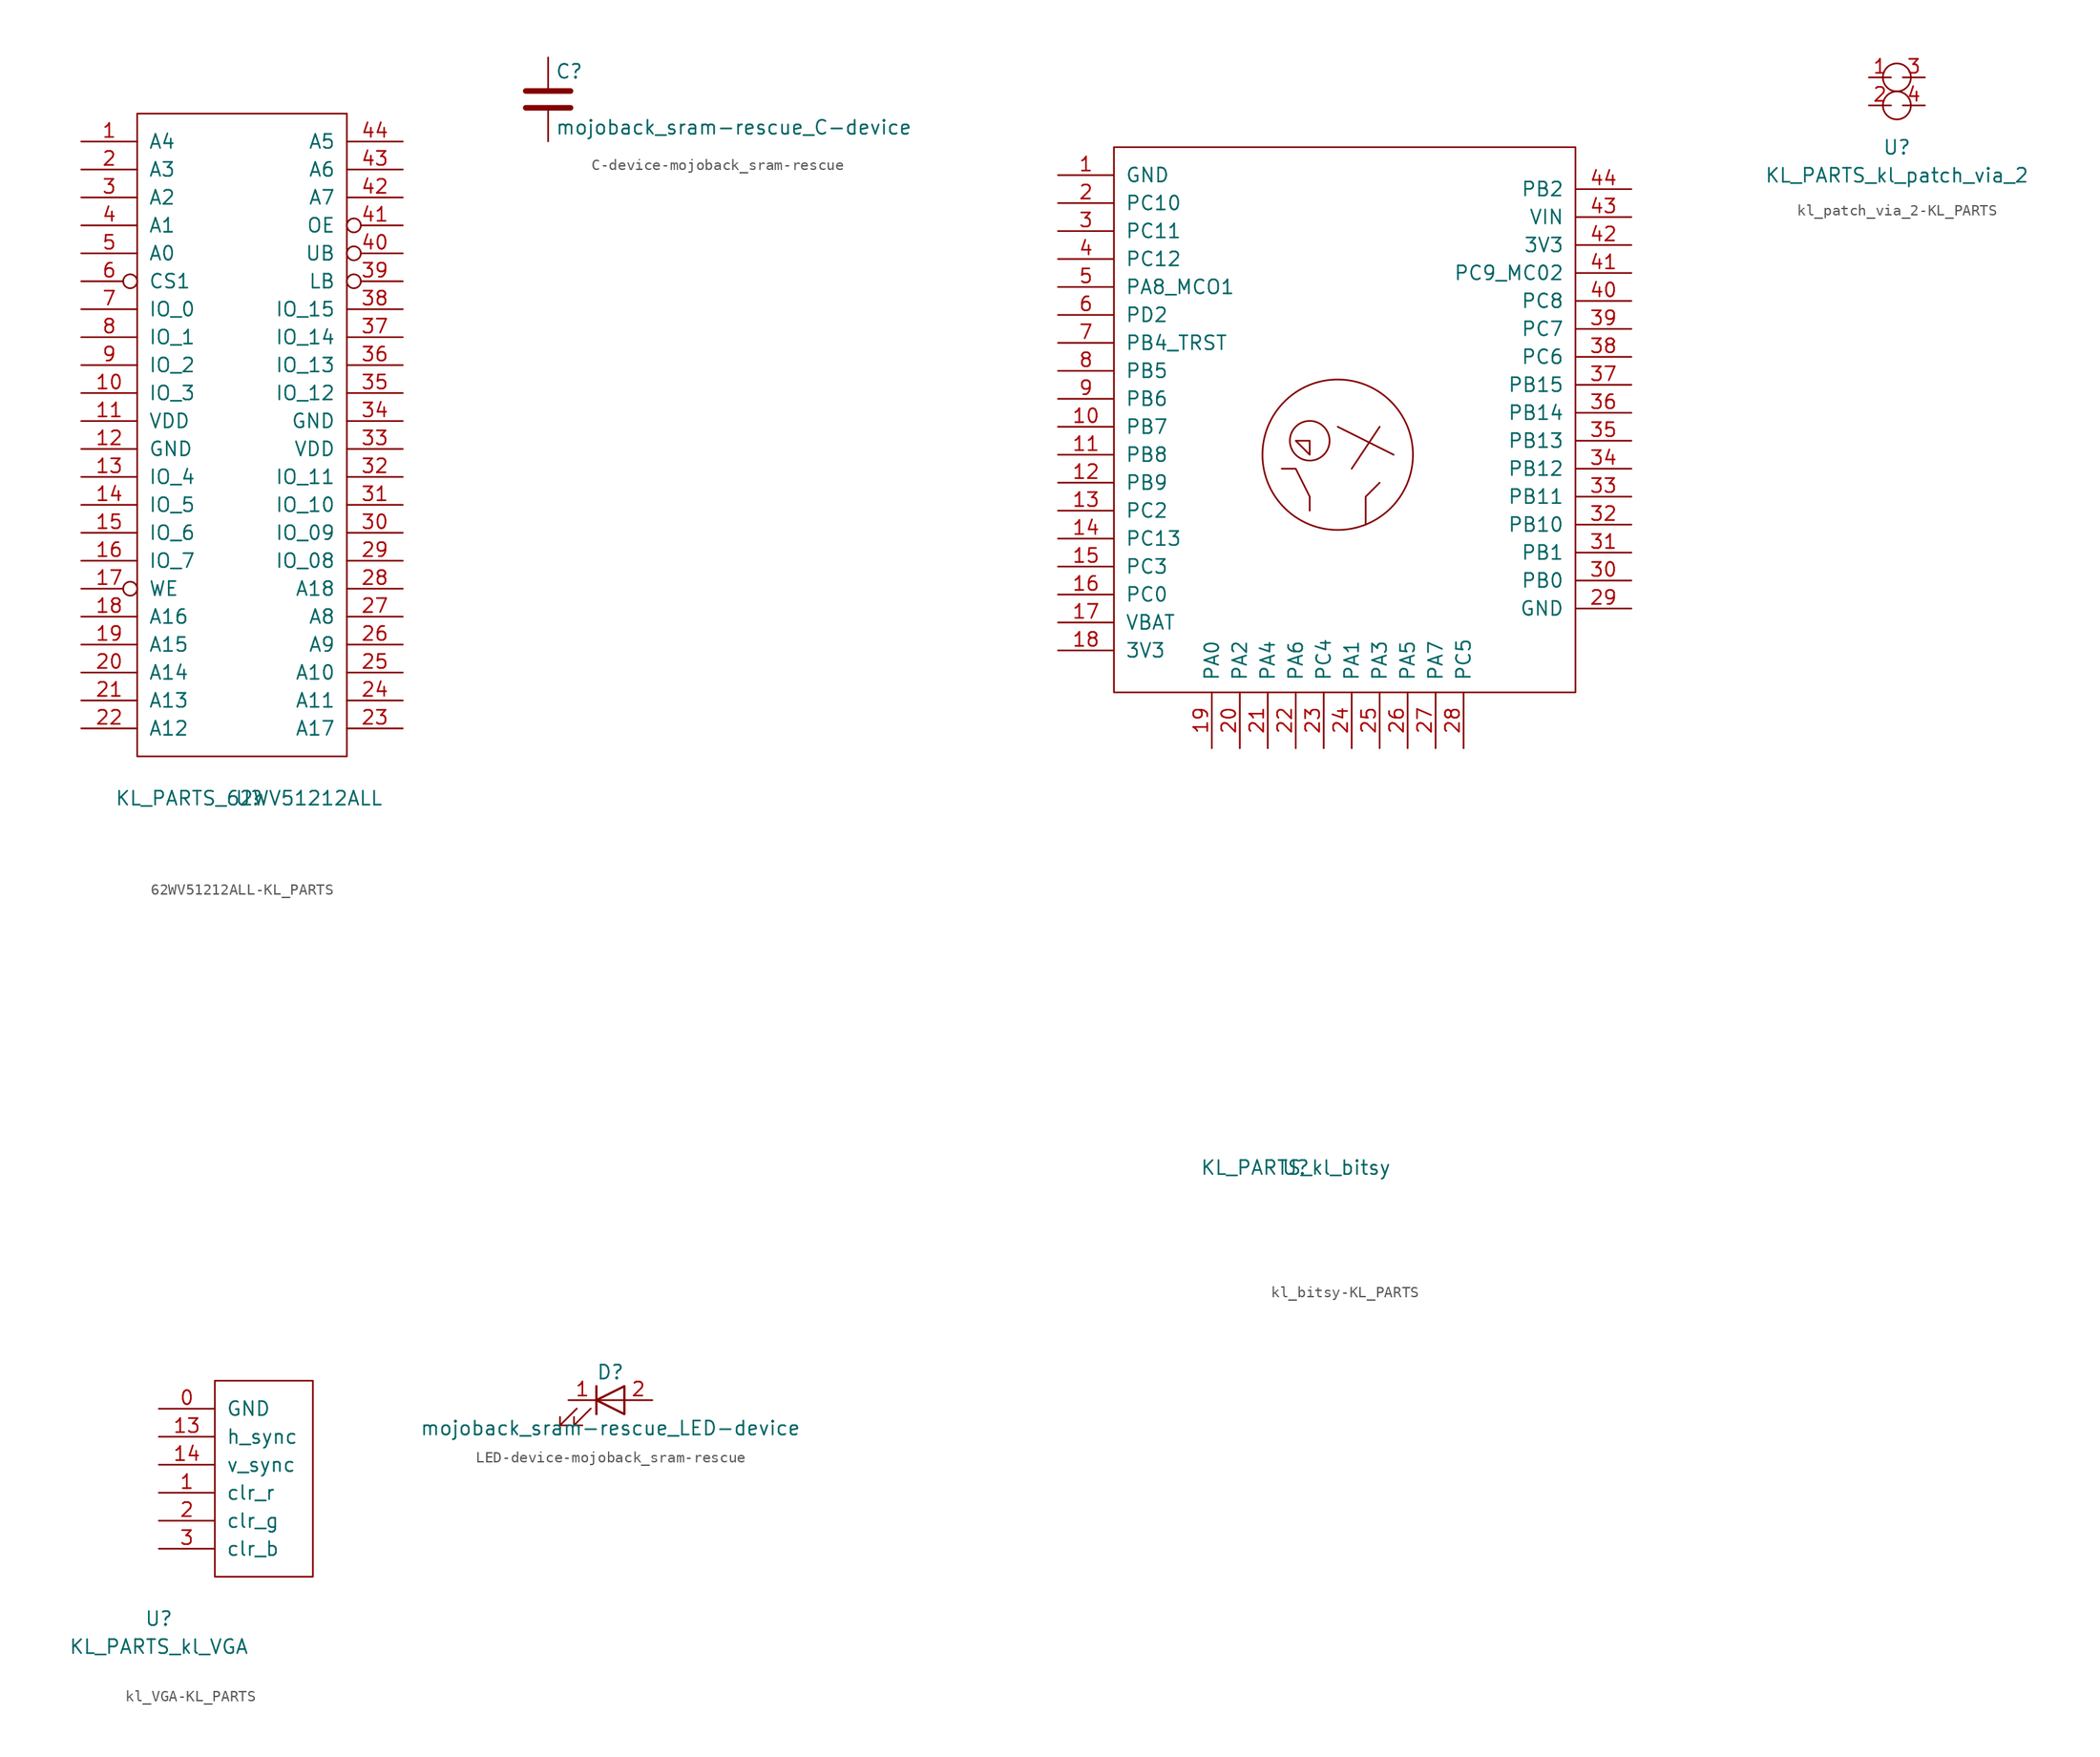
<source format=kicad_sym>
(kicad_symbol_lib
  (version 20231120)
  (generator "kicad_symbol_editor")
  (generator_version "8.0")
  (symbol "62WV51212ALL-KL_PARTS"
    (pin_names
      (offset 1.016))
    (property "Reference" "U"
      (at 0 0 0)
      (effects (font (size 1.27 1.27))))
    (property "Value" "KL_PARTS_62WV51212ALL"
      (at 0 0 0)
      (effects (font (size 1.27 1.27))))
    (symbol "62WV51212ALL-KL_PARTS_0_1"
      (rectangle (start -10.16 62.23) (end 8.89 3.81) (stroke (width 0) (type solid)) (fill (type none))))
    (symbol "62WV51212ALL-KL_PARTS_1_1"
      (pin input line (at -15.24 59.69 0) (length 5.08) (name "A4" (effects (font (size 1.27 1.27)))) (number "1" (effects (font (size 1.27 1.27)))))
      (pin bidirectional line (at -15.24 36.83 0) (length 5.08) (name "IO_3" (effects (font (size 1.27 1.27)))) (number "10" (effects (font (size 1.27 1.27)))))
      (pin power_in line (at -15.24 34.29 0) (length 5.08) (name "VDD" (effects (font (size 1.27 1.27)))) (number "11" (effects (font (size 1.27 1.27)))))
      (pin power_in line (at -15.24 31.75 0) (length 5.08) (name "GND" (effects (font (size 1.27 1.27)))) (number "12" (effects (font (size 1.27 1.27)))))
      (pin bidirectional line (at -15.24 29.21 0) (length 5.08) (name "IO_4" (effects (font (size 1.27 1.27)))) (number "13" (effects (font (size 1.27 1.27)))))
      (pin bidirectional line (at -15.24 26.67 0) (length 5.08) (name "IO_5" (effects (font (size 1.27 1.27)))) (number "14" (effects (font (size 1.27 1.27)))))
      (pin bidirectional line (at -15.24 24.13 0) (length 5.08) (name "IO_6" (effects (font (size 1.27 1.27)))) (number "15" (effects (font (size 1.27 1.27)))))
      (pin bidirectional line (at -15.24 21.59 0) (length 5.08) (name "IO_7" (effects (font (size 1.27 1.27)))) (number "16" (effects (font (size 1.27 1.27)))))
      (pin input inverted (at -15.24 19.05 0) (length 5.08) (name "WE" (effects (font (size 1.27 1.27)))) (number "17" (effects (font (size 1.27 1.27)))))
      (pin input line (at -15.24 16.51 0) (length 5.08) (name "A16" (effects (font (size 1.27 1.27)))) (number "18" (effects (font (size 1.27 1.27)))))
      (pin input line (at -15.24 13.97 0) (length 5.08) (name "A15" (effects (font (size 1.27 1.27)))) (number "19" (effects (font (size 1.27 1.27)))))
      (pin input line (at -15.24 57.15 0) (length 5.08) (name "A3" (effects (font (size 1.27 1.27)))) (number "2" (effects (font (size 1.27 1.27)))))
      (pin input line (at -15.24 11.43 0) (length 5.08) (name "A14" (effects (font (size 1.27 1.27)))) (number "20" (effects (font (size 1.27 1.27)))))
      (pin input line (at -15.24 8.89 0) (length 5.08) (name "A13" (effects (font (size 1.27 1.27)))) (number "21" (effects (font (size 1.27 1.27)))))
      (pin input line (at -15.24 6.35 0) (length 5.08) (name "A12" (effects (font (size 1.27 1.27)))) (number "22" (effects (font (size 1.27 1.27)))))
      (pin input line (at 13.97 6.35 180) (length 5.08) (name "A17" (effects (font (size 1.27 1.27)))) (number "23" (effects (font (size 1.27 1.27)))))
      (pin input line (at 13.97 8.89 180) (length 5.08) (name "A11" (effects (font (size 1.27 1.27)))) (number "24" (effects (font (size 1.27 1.27)))))
      (pin input line (at 13.97 11.43 180) (length 5.08) (name "A10" (effects (font (size 1.27 1.27)))) (number "25" (effects (font (size 1.27 1.27)))))
      (pin input line (at 13.97 13.97 180) (length 5.08) (name "A9" (effects (font (size 1.27 1.27)))) (number "26" (effects (font (size 1.27 1.27)))))
      (pin input line (at 13.97 16.51 180) (length 5.08) (name "A8" (effects (font (size 1.27 1.27)))) (number "27" (effects (font (size 1.27 1.27)))))
      (pin input line (at 13.97 19.05 180) (length 5.08) (name "A18" (effects (font (size 1.27 1.27)))) (number "28" (effects (font (size 1.27 1.27)))))
      (pin bidirectional line (at 13.97 21.59 180) (length 5.08) (name "IO_08" (effects (font (size 1.27 1.27)))) (number "29" (effects (font (size 1.27 1.27)))))
      (pin input line (at -15.24 54.61 0) (length 5.08) (name "A2" (effects (font (size 1.27 1.27)))) (number "3" (effects (font (size 1.27 1.27)))))
      (pin bidirectional line (at 13.97 24.13 180) (length 5.08) (name "IO_09" (effects (font (size 1.27 1.27)))) (number "30" (effects (font (size 1.27 1.27)))))
      (pin bidirectional line (at 13.97 26.67 180) (length 5.08) (name "IO_10" (effects (font (size 1.27 1.27)))) (number "31" (effects (font (size 1.27 1.27)))))
      (pin bidirectional line (at 13.97 29.21 180) (length 5.08) (name "IO_11" (effects (font (size 1.27 1.27)))) (number "32" (effects (font (size 1.27 1.27)))))
      (pin power_in line (at 13.97 31.75 180) (length 5.08) (name "VDD" (effects (font (size 1.27 1.27)))) (number "33" (effects (font (size 1.27 1.27)))))
      (pin power_in line (at 13.97 34.29 180) (length 5.08) (name "GND" (effects (font (size 1.27 1.27)))) (number "34" (effects (font (size 1.27 1.27)))))
      (pin bidirectional line (at 13.97 36.83 180) (length 5.08) (name "IO_12" (effects (font (size 1.27 1.27)))) (number "35" (effects (font (size 1.27 1.27)))))
      (pin bidirectional line (at 13.97 39.37 180) (length 5.08) (name "IO_13" (effects (font (size 1.27 1.27)))) (number "36" (effects (font (size 1.27 1.27)))))
      (pin bidirectional line (at 13.97 41.91 180) (length 5.08) (name "IO_14" (effects (font (size 1.27 1.27)))) (number "37" (effects (font (size 1.27 1.27)))))
      (pin bidirectional line (at 13.97 44.45 180) (length 5.08) (name "IO_15" (effects (font (size 1.27 1.27)))) (number "38" (effects (font (size 1.27 1.27)))))
      (pin input inverted (at 13.97 46.99 180) (length 5.08) (name "LB" (effects (font (size 1.27 1.27)))) (number "39" (effects (font (size 1.27 1.27)))))
      (pin input line (at -15.24 52.07 0) (length 5.08) (name "A1" (effects (font (size 1.27 1.27)))) (number "4" (effects (font (size 1.27 1.27)))))
      (pin input inverted (at 13.97 49.53 180) (length 5.08) (name "UB" (effects (font (size 1.27 1.27)))) (number "40" (effects (font (size 1.27 1.27)))))
      (pin input inverted (at 13.97 52.07 180) (length 5.08) (name "OE" (effects (font (size 1.27 1.27)))) (number "41" (effects (font (size 1.27 1.27)))))
      (pin input line (at 13.97 54.61 180) (length 5.08) (name "A7" (effects (font (size 1.27 1.27)))) (number "42" (effects (font (size 1.27 1.27)))))
      (pin input line (at 13.97 57.15 180) (length 5.08) (name "A6" (effects (font (size 1.27 1.27)))) (number "43" (effects (font (size 1.27 1.27)))))
      (pin input line (at 13.97 59.69 180) (length 5.08) (name "A5" (effects (font (size 1.27 1.27)))) (number "44" (effects (font (size 1.27 1.27)))))
      (pin input line (at -15.24 49.53 0) (length 5.08) (name "A0" (effects (font (size 1.27 1.27)))) (number "5" (effects (font (size 1.27 1.27)))))
      (pin input inverted (at -15.24 46.99 0) (length 5.08) (name "CS1" (effects (font (size 1.27 1.27)))) (number "6" (effects (font (size 1.27 1.27)))))
      (pin bidirectional line (at -15.24 44.45 0) (length 5.08) (name "IO_0" (effects (font (size 1.27 1.27)))) (number "7" (effects (font (size 1.27 1.27)))))
      (pin bidirectional line (at -15.24 41.91 0) (length 5.08) (name "IO_1" (effects (font (size 1.27 1.27)))) (number "8" (effects (font (size 1.27 1.27)))))
      (pin bidirectional line (at -15.24 39.37 0) (length 5.08) (name "IO_2" (effects (font (size 1.27 1.27)))) (number "9" (effects (font (size 1.27 1.27)))))))
  (symbol "C-device-mojoback_sram-rescue"
    (pin_numbers hide)
    (pin_names
      (offset 0.254))
    (property "Reference" "C"
      (at 0.635 2.54 0)
      (effects (font (size 1.27 1.27)) (justify left)))
    (property "Value" "mojoback_sram-rescue_C-device"
      (at 0.635 -2.54 0)
      (effects (font (size 1.27 1.27)) (justify left)))
    (symbol "C-device-mojoback_sram-rescue_0_1"
      (polyline (pts (xy -2.032 -0.762) (xy 2.032 -0.762)) (stroke (width 0.508) (type solid)) (fill (type none)))
      (polyline (pts (xy -2.032 0.762) (xy 2.032 0.762)) (stroke (width 0.508) (type solid)) (fill (type none))))
    (symbol "C-device-mojoback_sram-rescue_1_1"
      (pin passive line (at 0 3.81 270) (length 2.794) (name "~" (effects (font (size 1.27 1.27)))) (number "1" (effects (font (size 1.27 1.27)))))
      (pin passive line (at 0 -3.81 90) (length 2.794) (name "~" (effects (font (size 1.27 1.27)))) (number "2" (effects (font (size 1.27 1.27)))))))
  (symbol "kl_bitsy-KL_PARTS"
    (pin_names
      (offset 1.016))
    (property "Reference" "U"
      (at 0 -11.43 0)
      (effects (font (size 1.27 1.27))))
    (property "Value" "KL_PARTS_kl_bitsy"
      (at 0 -11.43 0)
      (effects (font (size 1.27 1.27))))
    (symbol "kl_bitsy-KL_PARTS_0_1"
      (polyline (pts (xy 3.81 55.88) (xy 8.89 53.34)) (stroke (width 0) (type solid)) (fill (type none)))
      (polyline (pts (xy 5.08 52.07) (xy 7.62 55.88)) (stroke (width 0) (type solid)) (fill (type none)))
      (polyline (pts (xy 6.35 46.99) (xy 6.35 49.53) (xy 7.62 50.8)) (stroke (width 0) (type solid)) (fill (type none)))
      (polyline (pts (xy -1.27 52.07) (xy 0 52.07) (xy 1.27 49.53) (xy 1.27 48.26)) (stroke (width 0) (type solid)) (fill (type none)))
      (polyline (pts (xy 1.27 54.61) (xy 1.27 53.34) (xy 0 54.61) (xy 1.27 54.61)) (stroke (width 0) (type solid)) (fill (type none)))
      (circle (center 1.27 54.61) (radius 1.803) (stroke (width 0) (type solid)) (fill (type none)))
      (circle (center 3.81 53.34) (radius 6.833) (stroke (width 0) (type solid)) (fill (type none)))
      (rectangle (start 25.4 31.75) (end -16.51 81.28) (stroke (width 0) (type solid)) (fill (type none))))
    (symbol "kl_bitsy-KL_PARTS_1_1"
      (pin power_in line (at -21.59 78.74 0) (length 5.08) (name "GND" (effects (font (size 1.27 1.27)))) (number "1" (effects (font (size 1.27 1.27)))))
      (pin bidirectional line (at -21.59 55.88 0) (length 5.08) (name "PB7" (effects (font (size 1.27 1.27)))) (number "10" (effects (font (size 1.27 1.27)))))
      (pin bidirectional line (at -21.59 53.34 0) (length 5.08) (name "PB8" (effects (font (size 1.27 1.27)))) (number "11" (effects (font (size 1.27 1.27)))))
      (pin bidirectional line (at -21.59 50.8 0) (length 5.08) (name "PB9" (effects (font (size 1.27 1.27)))) (number "12" (effects (font (size 1.27 1.27)))))
      (pin bidirectional line (at -21.59 48.26 0) (length 5.08) (name "PC2" (effects (font (size 1.27 1.27)))) (number "13" (effects (font (size 1.27 1.27)))))
      (pin bidirectional line (at -21.59 45.72 0) (length 5.08) (name "PC13" (effects (font (size 1.27 1.27)))) (number "14" (effects (font (size 1.27 1.27)))))
      (pin bidirectional line (at -21.59 43.18 0) (length 5.08) (name "PC3" (effects (font (size 1.27 1.27)))) (number "15" (effects (font (size 1.27 1.27)))))
      (pin bidirectional line (at -21.59 40.64 0) (length 5.08) (name "PC0" (effects (font (size 1.27 1.27)))) (number "16" (effects (font (size 1.27 1.27)))))
      (pin bidirectional line (at -21.59 38.1 0) (length 5.08) (name "VBAT" (effects (font (size 1.27 1.27)))) (number "17" (effects (font (size 1.27 1.27)))))
      (pin power_in line (at -21.59 35.56 0) (length 5.08) (name "3V3" (effects (font (size 1.27 1.27)))) (number "18" (effects (font (size 1.27 1.27)))))
      (pin bidirectional line (at -7.62 26.67 90) (length 5.08) (name "PA0" (effects (font (size 1.27 1.27)))) (number "19" (effects (font (size 1.27 1.27)))))
      (pin bidirectional line (at -21.59 76.2 0) (length 5.08) (name "PC10" (effects (font (size 1.27 1.27)))) (number "2" (effects (font (size 1.27 1.27)))))
      (pin bidirectional line (at -5.08 26.67 90) (length 5.08) (name "PA2" (effects (font (size 1.27 1.27)))) (number "20" (effects (font (size 1.27 1.27)))))
      (pin bidirectional line (at -2.54 26.67 90) (length 5.08) (name "PA4" (effects (font (size 1.27 1.27)))) (number "21" (effects (font (size 1.27 1.27)))))
      (pin bidirectional line (at 0 26.67 90) (length 5.08) (name "PA6" (effects (font (size 1.27 1.27)))) (number "22" (effects (font (size 1.27 1.27)))))
      (pin bidirectional line (at 2.54 26.67 90) (length 5.08) (name "PC4" (effects (font (size 1.27 1.27)))) (number "23" (effects (font (size 1.27 1.27)))))
      (pin bidirectional line (at 5.08 26.67 90) (length 5.08) (name "PA1" (effects (font (size 1.27 1.27)))) (number "24" (effects (font (size 1.27 1.27)))))
      (pin bidirectional line (at 7.62 26.67 90) (length 5.08) (name "PA3" (effects (font (size 1.27 1.27)))) (number "25" (effects (font (size 1.27 1.27)))))
      (pin bidirectional line (at 10.16 26.67 90) (length 5.08) (name "PA5" (effects (font (size 1.27 1.27)))) (number "26" (effects (font (size 1.27 1.27)))))
      (pin bidirectional line (at 12.7 26.67 90) (length 5.08) (name "PA7" (effects (font (size 1.27 1.27)))) (number "27" (effects (font (size 1.27 1.27)))))
      (pin bidirectional line (at 15.24 26.67 90) (length 5.08) (name "PC5" (effects (font (size 1.27 1.27)))) (number "28" (effects (font (size 1.27 1.27)))))
      (pin power_in line (at 30.48 39.37 180) (length 5.08) (name "GND" (effects (font (size 1.27 1.27)))) (number "29" (effects (font (size 1.27 1.27)))))
      (pin bidirectional line (at -21.59 73.66 0) (length 5.08) (name "PC11" (effects (font (size 1.27 1.27)))) (number "3" (effects (font (size 1.27 1.27)))))
      (pin bidirectional line (at 30.48 41.91 180) (length 5.08) (name "PB0" (effects (font (size 1.27 1.27)))) (number "30" (effects (font (size 1.27 1.27)))))
      (pin bidirectional line (at 30.48 44.45 180) (length 5.08) (name "PB1" (effects (font (size 1.27 1.27)))) (number "31" (effects (font (size 1.27 1.27)))))
      (pin bidirectional line (at 30.48 46.99 180) (length 5.08) (name "PB10" (effects (font (size 1.27 1.27)))) (number "32" (effects (font (size 1.27 1.27)))))
      (pin bidirectional line (at 30.48 49.53 180) (length 5.08) (name "PB11" (effects (font (size 1.27 1.27)))) (number "33" (effects (font (size 1.27 1.27)))))
      (pin bidirectional line (at 30.48 52.07 180) (length 5.08) (name "PB12" (effects (font (size 1.27 1.27)))) (number "34" (effects (font (size 1.27 1.27)))))
      (pin bidirectional line (at 30.48 54.61 180) (length 5.08) (name "PB13" (effects (font (size 1.27 1.27)))) (number "35" (effects (font (size 1.27 1.27)))))
      (pin bidirectional line (at 30.48 57.15 180) (length 5.08) (name "PB14" (effects (font (size 1.27 1.27)))) (number "36" (effects (font (size 1.27 1.27)))))
      (pin bidirectional line (at 30.48 59.69 180) (length 5.08) (name "PB15" (effects (font (size 1.27 1.27)))) (number "37" (effects (font (size 1.27 1.27)))))
      (pin bidirectional line (at 30.48 62.23 180) (length 5.08) (name "PC6" (effects (font (size 1.27 1.27)))) (number "38" (effects (font (size 1.27 1.27)))))
      (pin bidirectional line (at 30.48 64.77 180) (length 5.08) (name "PC7" (effects (font (size 1.27 1.27)))) (number "39" (effects (font (size 1.27 1.27)))))
      (pin bidirectional line (at -21.59 71.12 0) (length 5.08) (name "PC12" (effects (font (size 1.27 1.27)))) (number "4" (effects (font (size 1.27 1.27)))))
      (pin bidirectional line (at 30.48 67.31 180) (length 5.08) (name "PC8" (effects (font (size 1.27 1.27)))) (number "40" (effects (font (size 1.27 1.27)))))
      (pin bidirectional line (at 30.48 69.85 180) (length 5.08) (name "PC9_MC02" (effects (font (size 1.27 1.27)))) (number "41" (effects (font (size 1.27 1.27)))))
      (pin power_in line (at 30.48 72.39 180) (length 5.08) (name "3V3" (effects (font (size 1.27 1.27)))) (number "42" (effects (font (size 1.27 1.27)))))
      (pin power_in line (at 30.48 74.93 180) (length 5.08) (name "VIN" (effects (font (size 1.27 1.27)))) (number "43" (effects (font (size 1.27 1.27)))))
      (pin bidirectional line (at 30.48 77.47 180) (length 5.08) (name "PB2" (effects (font (size 1.27 1.27)))) (number "44" (effects (font (size 1.27 1.27)))))
      (pin bidirectional line (at -21.59 68.58 0) (length 5.08) (name "PA8_MCO1" (effects (font (size 1.27 1.27)))) (number "5" (effects (font (size 1.27 1.27)))))
      (pin bidirectional line (at -21.59 66.04 0) (length 5.08) (name "PD2" (effects (font (size 1.27 1.27)))) (number "6" (effects (font (size 1.27 1.27)))))
      (pin bidirectional line (at -21.59 63.5 0) (length 5.08) (name "PB4_TRST" (effects (font (size 1.27 1.27)))) (number "7" (effects (font (size 1.27 1.27)))))
      (pin bidirectional line (at -21.59 60.96 0) (length 5.08) (name "PB5" (effects (font (size 1.27 1.27)))) (number "8" (effects (font (size 1.27 1.27)))))
      (pin bidirectional line (at -21.59 58.42 0) (length 5.08) (name "PB6" (effects (font (size 1.27 1.27)))) (number "9" (effects (font (size 1.27 1.27)))))))
  (symbol "kl_patch_via_2-KL_PARTS"
    (pin_names
      (offset 1.016))
    (property "Reference" "U"
      (at 0 0 0)
      (effects (font (size 1.27 1.27))))
    (property "Value" "KL_PARTS_kl_patch_via_2"
      (at 0 -2.54 0)
      (effects (font (size 1.27 1.27))))
    (symbol "kl_patch_via_2-KL_PARTS_1_1"
      (circle (center 0 3.81) (radius 1.27) (stroke (width 0) (type solid)) (fill (type none)))
      (circle (center 0 6.35) (radius 1.27) (stroke (width 0) (type solid)) (fill (type none)))
      (pin input line (at -2.54 6.35 0) (length 2.007) (name "~" (effects (font (size 1.27 1.27)))) (number "1" (effects (font (size 1.27 1.27)))))
      (pin input line (at -2.54 3.81 0) (length 2.007) (name "~" (effects (font (size 1.27 1.27)))) (number "2" (effects (font (size 1.27 1.27)))))
      (pin input line (at 2.54 6.35 180) (length 2.007) (name "~" (effects (font (size 1.27 1.27)))) (number "3" (effects (font (size 1.27 1.27)))))
      (pin input line (at 2.54 3.81 180) (length 2.007) (name "~" (effects (font (size 1.27 1.27)))) (number "4" (effects (font (size 1.27 1.27)))))))
  (symbol "kl_VGA-KL_PARTS"
    (pin_names
      (offset 1.016))
    (property "Reference" "U"
      (at 2.54 -2.54 0)
      (effects (font (size 1.27 1.27))))
    (property "Value" "KL_PARTS_kl_VGA"
      (at 2.54 -5.08 0)
      (effects (font (size 1.27 1.27))))
    (symbol "kl_VGA-KL_PARTS_0_1"
      (rectangle (start 7.62 19.05) (end 16.51 1.27) (stroke (width 0) (type solid)) (fill (type none))))
    (symbol "kl_VGA-KL_PARTS_1_1"
      (pin input line (at 2.54 16.51 0) (length 5.08) (name "GND" (effects (font (size 1.27 1.27)))) (number "0" (effects (font (size 1.27 1.27)))))
      (pin bidirectional line (at 2.54 8.89 0) (length 5.08) (name "clr_r" (effects (font (size 1.27 1.27)))) (number "1" (effects (font (size 1.27 1.27)))))
      (pin bidirectional line (at 2.54 13.97 0) (length 5.08) (name "h_sync" (effects (font (size 1.27 1.27)))) (number "13" (effects (font (size 1.27 1.27)))))
      (pin bidirectional line (at 2.54 11.43 0) (length 5.08) (name "v_sync" (effects (font (size 1.27 1.27)))) (number "14" (effects (font (size 1.27 1.27)))))
      (pin bidirectional line (at 2.54 6.35 0) (length 5.08) (name "clr_g" (effects (font (size 1.27 1.27)))) (number "2" (effects (font (size 1.27 1.27)))))
      (pin bidirectional line (at 2.54 3.81 0) (length 5.08) (name "clr_b" (effects (font (size 1.27 1.27)))) (number "3" (effects (font (size 1.27 1.27)))))))
  (symbol "LED-device-mojoback_sram-rescue"
    (pin_names
      (offset 1.016) hide)
    (property "Reference" "D"
      (at 0 2.54 0)
      (effects (font (size 1.27 1.27))))
    (property "Value" "mojoback_sram-rescue_LED-device"
      (at 0 -2.54 0)
      (effects (font (size 1.27 1.27))))
    (symbol "LED-device-mojoback_sram-rescue_0_1"
      (polyline (pts (xy -1.27 -1.27) (xy -1.27 1.27)) (stroke (width 0.203) (type solid)) (fill (type none)))
      (polyline (pts (xy -1.27 0) (xy 1.27 0)) (stroke (width 0) (type solid)) (fill (type none)))
      (polyline (pts (xy 1.27 -1.27) (xy 1.27 1.27) (xy -1.27 0) (xy 1.27 -1.27)) (stroke (width 0.203) (type solid)) (fill (type none)))
      (polyline (pts (xy -3.048 -0.762) (xy -4.572 -2.286) (xy -3.81 -2.286) (xy -4.572 -2.286) (xy -4.572 -1.524)) (stroke (width 0) (type solid)) (fill (type none)))
      (polyline (pts (xy -1.778 -0.762) (xy -3.302 -2.286) (xy -2.54 -2.286) (xy -3.302 -2.286) (xy -3.302 -1.524)) (stroke (width 0) (type solid)) (fill (type none))))
    (symbol "LED-device-mojoback_sram-rescue_1_1"
      (pin passive line (at -3.81 0 0) (length 2.54) (name "K" (effects (font (size 1.27 1.27)))) (number "1" (effects (font (size 1.27 1.27)))))
      (pin passive line (at 3.81 0 180) (length 2.54) (name "A" (effects (font (size 1.27 1.27)))) (number "2" (effects (font (size 1.27 1.27))))))))
</source>
